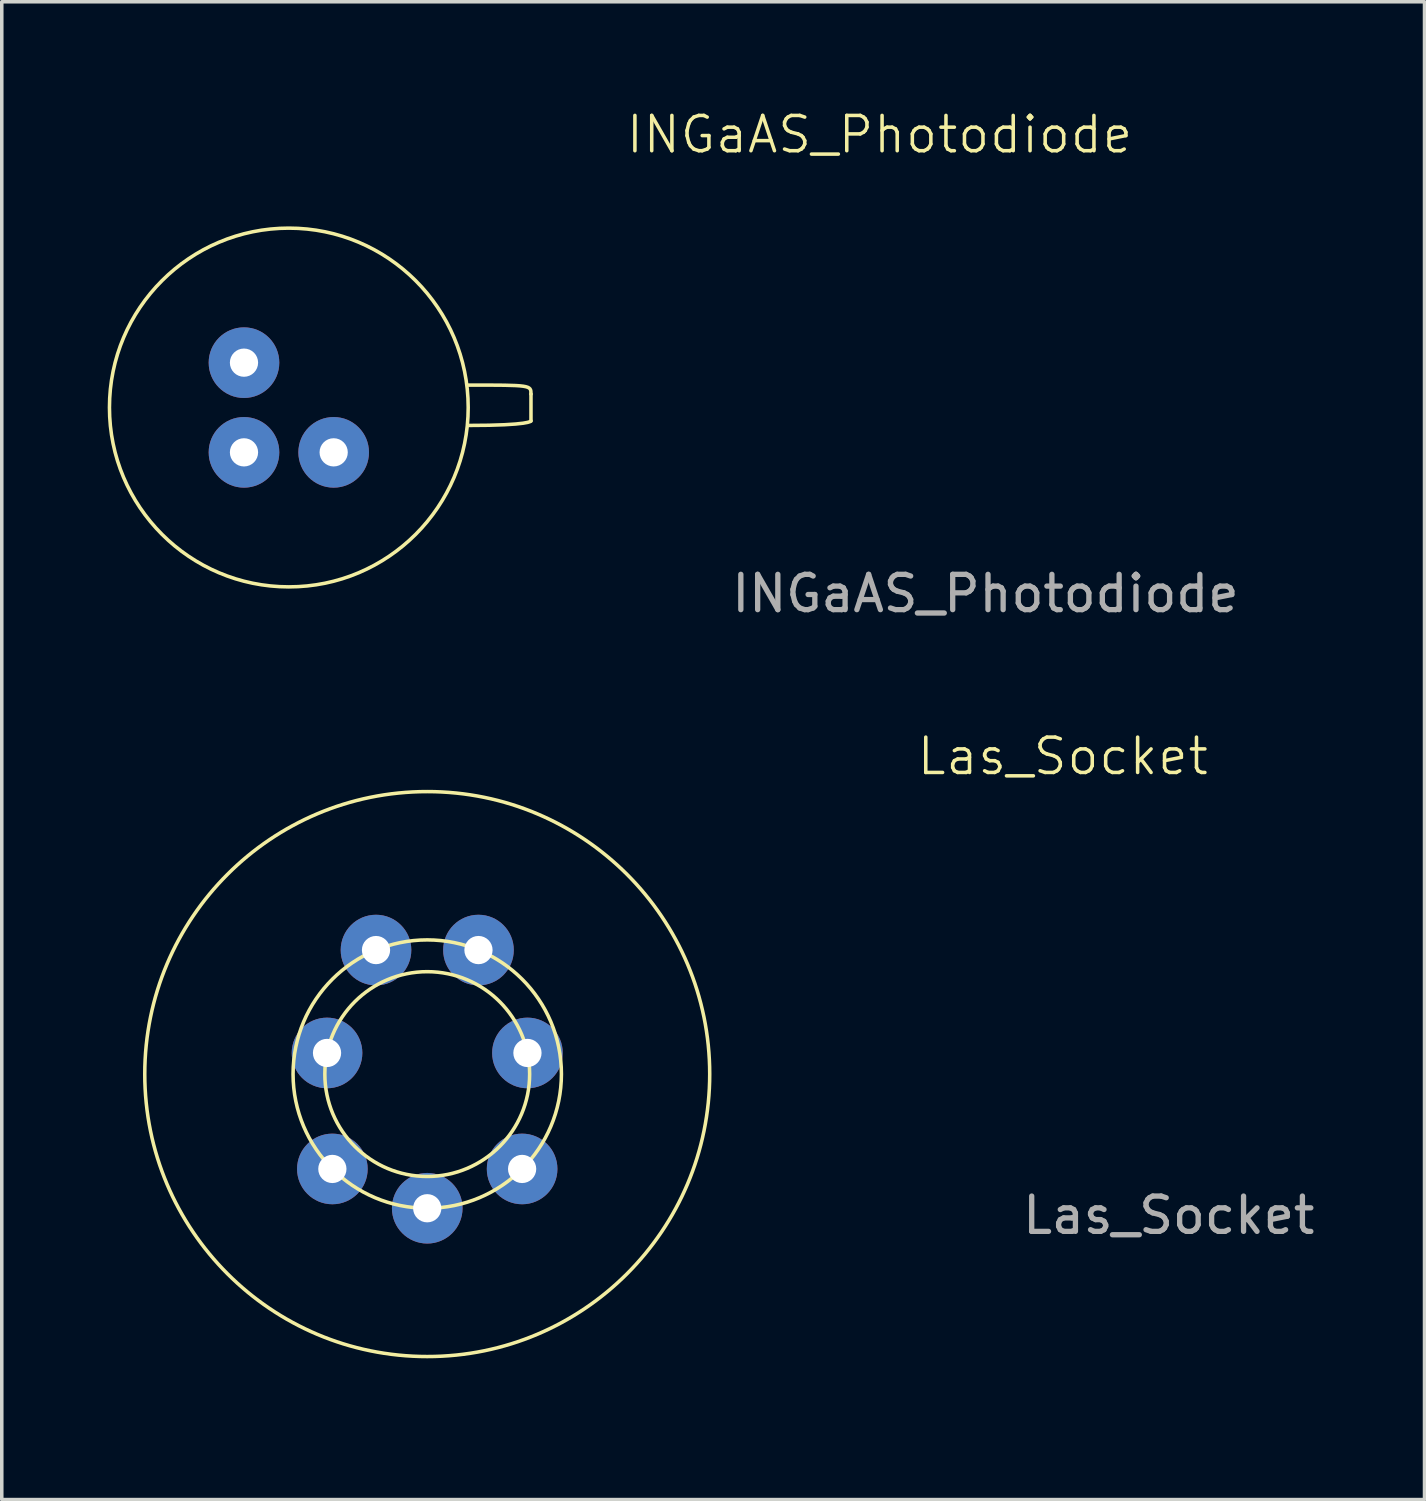
<source format=kicad_pcb>
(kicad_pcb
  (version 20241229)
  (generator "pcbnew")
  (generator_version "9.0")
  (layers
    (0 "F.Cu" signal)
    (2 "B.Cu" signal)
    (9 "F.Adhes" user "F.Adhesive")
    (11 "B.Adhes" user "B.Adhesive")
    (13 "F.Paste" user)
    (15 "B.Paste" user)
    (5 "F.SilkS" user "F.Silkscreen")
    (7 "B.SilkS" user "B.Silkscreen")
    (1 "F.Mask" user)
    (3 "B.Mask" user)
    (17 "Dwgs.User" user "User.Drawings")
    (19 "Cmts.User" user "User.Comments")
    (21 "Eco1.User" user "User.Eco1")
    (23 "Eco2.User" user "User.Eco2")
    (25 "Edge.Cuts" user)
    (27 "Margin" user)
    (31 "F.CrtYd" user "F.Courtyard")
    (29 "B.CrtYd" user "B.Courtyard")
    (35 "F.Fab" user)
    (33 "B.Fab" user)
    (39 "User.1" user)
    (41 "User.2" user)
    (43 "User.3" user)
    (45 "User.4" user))
  (footprint "INGaAS_Photodiode"
    (layer "F.Cu")
    (at 3.86 9.761)
    (property "Reference" "INGaAS_Photodiode" (at 18 -9 0) (unlocked yes) (layer "F.SilkS") (effects (font (size 1 1) (thickness 0.1))))
    (attr smd)
    (fp_circle (center 1.27 -1.27) (end 6.35 -1.27) (stroke (width 0.1) (type default)) (fill no) (layer "F.SilkS"))
    (fp_curve (pts (xy 6.35 -1.905) (xy 8.128 -1.905) (xy 8.128 -1.905) (xy 8.128 -1.651)) (stroke (width 0.1) (type default)) (layer "F.SilkS"))
    (fp_curve (pts (xy 6.35 -0.762) (xy 8.128 -0.762) (xy 8.128 -0.889) (xy 8.128 -0.889)) (stroke (width 0.1) (type default)) (layer "F.SilkS"))
    (fp_curve (pts (xy 8.128 -1.651) (xy 8.128 -1.397) (xy 8.128 -0.889) (xy 8.128 -0.889)) (stroke (width 0.1) (type default)) (layer "F.SilkS"))
    (fp_text user "${REFERENCE}" (at 21 4 0) (unlocked yes) (layer "F.Fab") (effects (font (size 1 1) (thickness 0.15))))
    (pad "1" thru_hole circle (at 0 -2.54) (size 2 2) (drill 0.8) (layers "*.Cu" "*.Mask"))
    (pad "2" thru_hole circle (at 0 0) (size 2 2) (drill 0.8) (layers "*.Cu" "*.Mask"))
    (pad "3" thru_hole circle (at 2.54 0) (size 2 2) (drill 0.8) (layers "*.Cu" "*.Mask")))
  (footprint "Las_Socket"
    (layer "F.Cu")
    (at 9.05 27.369)
    (property "Reference" "Las_Socket" (at 18 -9 0) (unlocked yes) (layer "F.SilkS") (effects (font (size 1 1) (thickness 0.1))))
    (attr smd)
    (fp_circle (center 0 0) (end 9 0) (stroke (width 0.1) (type default)) (fill no) (layer "F.Mask"))
    (fp_circle (center 0 0) (end 2.9 0) (stroke (width 0.1) (type default)) (fill no) (layer "F.SilkS"))
    (fp_circle (center 0 0) (end 3.8 0) (stroke (width 0.1) (type default)) (fill no) (layer "F.SilkS"))
    (fp_circle (center 0 0) (end 8 0) (stroke (width 0.1) (type default)) (fill no) (layer "F.SilkS"))
    (fp_text user "${REFERENCE}" (at 21 4 0) (unlocked yes) (layer "F.Fab") (effects (font (size 1 1) (thickness 0.15))))
    (pad "1" thru_hole circle (at -1.451 -3.512) (size 2 2) (drill 0.8) (layers "*.Cu" "*.Mask"))
    (pad "2" thru_hole circle (at 1.451 -3.512) (size 2 2) (drill 0.8) (layers "*.Cu" "*.Mask"))
    (pad "3" thru_hole circle (at -2.838 -0.598) (size 2 2) (drill 0.8) (layers "*.Cu" "*.Mask"))
    (pad "4" thru_hole circle (at 2.838 -0.598) (size 2 2) (drill 0.8) (layers "*.Cu" "*.Mask"))
    (pad "5" thru_hole circle (at 2.687 2.687) (size 2 2) (drill 0.8) (layers "*.Cu" "*.Mask"))
    (pad "6" thru_hole circle (at 0 3.8) (size 2 2) (drill 0.8) (layers "*.Cu" "*.Mask"))
    (pad "7" thru_hole circle (at -2.687 2.687) (size 2 2) (drill 0.8) (layers "*.Cu" "*.Mask")))
  (gr_rect
    (start -3 -3)
    (end 37.294 39.419)
    (stroke (width 0.1) (type default))
    (fill no)
    (layer "Edge.Cuts")))
</source>
